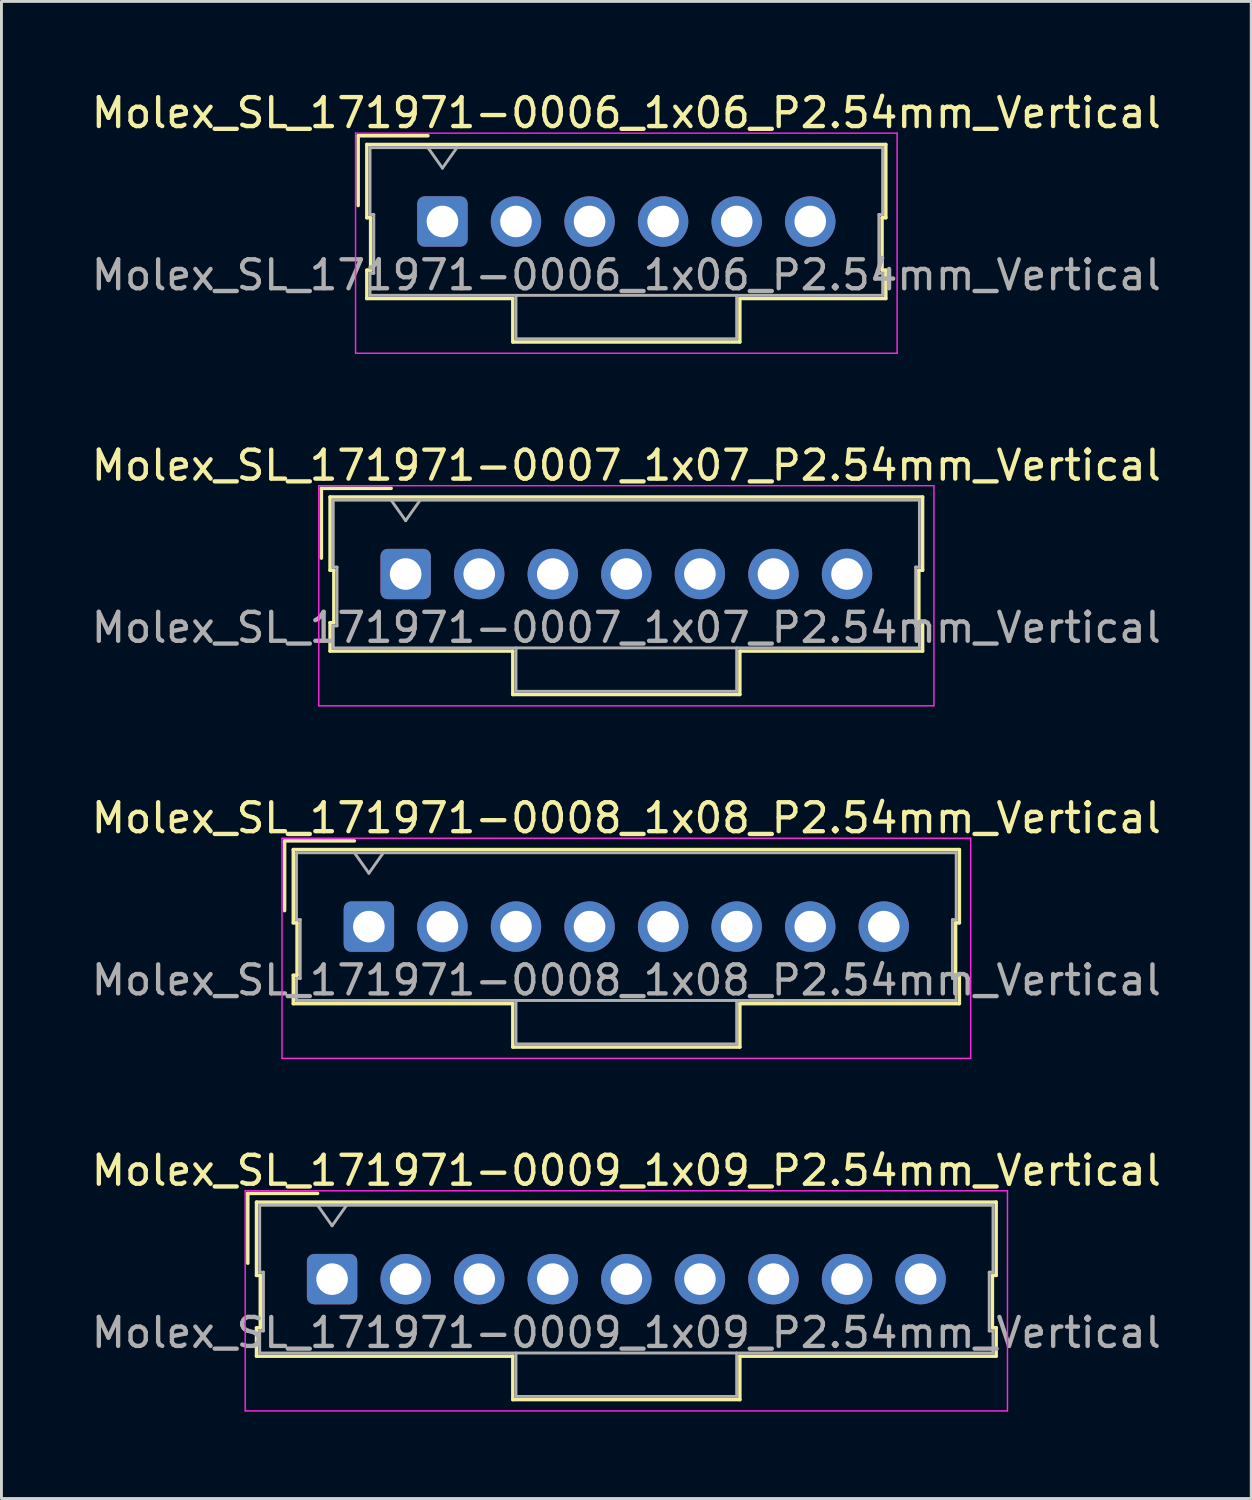
<source format=kicad_pcb>
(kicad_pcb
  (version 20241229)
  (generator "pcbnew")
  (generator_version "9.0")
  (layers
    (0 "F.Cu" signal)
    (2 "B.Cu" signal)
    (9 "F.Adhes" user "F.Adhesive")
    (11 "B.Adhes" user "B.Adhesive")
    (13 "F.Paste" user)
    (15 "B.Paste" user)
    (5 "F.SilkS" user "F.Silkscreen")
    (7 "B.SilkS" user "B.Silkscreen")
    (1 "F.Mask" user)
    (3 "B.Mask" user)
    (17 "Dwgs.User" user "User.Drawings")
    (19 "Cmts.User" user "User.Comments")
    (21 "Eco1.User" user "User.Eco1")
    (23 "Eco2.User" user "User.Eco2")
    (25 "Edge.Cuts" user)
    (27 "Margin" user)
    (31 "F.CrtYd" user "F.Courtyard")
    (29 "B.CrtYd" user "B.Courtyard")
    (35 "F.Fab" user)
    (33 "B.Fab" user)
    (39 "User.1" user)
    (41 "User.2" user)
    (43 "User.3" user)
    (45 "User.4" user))
  (footprint "Molex_SL_171971-0007_1x07_P2.54mm_Vertical"
    (layer "F.Cu")
    (at 10.957 16.771)
    (property "Reference" "Molex_SL_171971-0007_1x07_P2.54mm_Vertical" (at 7.62 -3.75 0) (layer "F.SilkS") (effects (font (size 1 1) (thickness 0.15))))
    (attr through_hole)
    (fp_line (start -2.91 -2.96) (end -0.5 -2.96) (stroke (width 0.12) (type solid)) (layer "F.SilkS"))
    (fp_line (start -2.91 -0.55) (end -2.91 -2.96) (stroke (width 0.12) (type solid)) (layer "F.SilkS"))
    (fp_line (start -2.61 -2.66) (end -2.61 -0.13) (stroke (width 0.12) (type solid)) (layer "F.SilkS"))
    (fp_line (start -2.61 -0.13) (end -2.48 -0.13) (stroke (width 0.12) (type solid)) (layer "F.SilkS"))
    (fp_line (start -2.61 1.68) (end -2.61 2.66) (stroke (width 0.12) (type solid)) (layer "F.SilkS"))
    (fp_line (start -2.61 2.66) (end 3.7 2.66) (stroke (width 0.12) (type solid)) (layer "F.SilkS"))
    (fp_line (start -2.48 -0.13) (end -2.48 1.68) (stroke (width 0.12) (type solid)) (layer "F.SilkS"))
    (fp_line (start -2.48 1.68) (end -2.61 1.68) (stroke (width 0.12) (type solid)) (layer "F.SilkS"))
    (fp_line (start 3.7 2.66) (end 3.7 4.16) (stroke (width 0.12) (type solid)) (layer "F.SilkS"))
    (fp_line (start 3.7 4.16) (end 11.54 4.16) (stroke (width 0.12) (type solid)) (layer "F.SilkS"))
    (fp_line (start 11.54 2.66) (end 17.85 2.66) (stroke (width 0.12) (type solid)) (layer "F.SilkS"))
    (fp_line (start 11.54 4.16) (end 11.54 2.66) (stroke (width 0.12) (type solid)) (layer "F.SilkS"))
    (fp_line (start 17.72 -0.13) (end 17.85 -0.13) (stroke (width 0.12) (type solid)) (layer "F.SilkS"))
    (fp_line (start 17.72 1.68) (end 17.72 -0.13) (stroke (width 0.12) (type solid)) (layer "F.SilkS"))
    (fp_line (start 17.85 -2.66) (end -2.61 -2.66) (stroke (width 0.12) (type solid)) (layer "F.SilkS"))
    (fp_line (start 17.85 -0.13) (end 17.85 -2.66) (stroke (width 0.12) (type solid)) (layer "F.SilkS"))
    (fp_line (start 17.85 1.68) (end 17.72 1.68) (stroke (width 0.12) (type solid)) (layer "F.SilkS"))
    (fp_line (start 17.85 2.66) (end 17.85 1.68) (stroke (width 0.12) (type solid)) (layer "F.SilkS"))
    (fp_line (start -3 -3.05) (end -3 4.55) (stroke (width 0.05) (type solid)) (layer "F.CrtYd"))
    (fp_line (start -3 4.55) (end 18.24 4.55) (stroke (width 0.05) (type solid)) (layer "F.CrtYd"))
    (fp_line (start 18.24 -3.05) (end -3 -3.05) (stroke (width 0.05) (type solid)) (layer "F.CrtYd"))
    (fp_line (start 18.24 4.55) (end 18.24 -3.05) (stroke (width 0.05) (type solid)) (layer "F.CrtYd"))
    (fp_line (start -2.5 -2.55) (end -2.5 -0.24) (stroke (width 0.1) (type solid)) (layer "F.Fab"))
    (fp_line (start -2.5 -0.24) (end -2.37 -0.24) (stroke (width 0.1) (type solid)) (layer "F.Fab"))
    (fp_line (start -2.5 1.79) (end -2.5 2.55) (stroke (width 0.1) (type solid)) (layer "F.Fab"))
    (fp_line (start -2.5 2.55) (end 17.74 2.55) (stroke (width 0.1) (type solid)) (layer "F.Fab"))
    (fp_line (start -2.37 -0.24) (end -2.37 1.79) (stroke (width 0.1) (type solid)) (layer "F.Fab"))
    (fp_line (start -2.37 1.79) (end -2.5 1.79) (stroke (width 0.1) (type solid)) (layer "F.Fab"))
    (fp_line (start 0 -1.843) (end -0.5 -2.55) (stroke (width 0.1) (type solid)) (layer "F.Fab"))
    (fp_line (start 0.5 -2.55) (end 0 -1.843) (stroke (width 0.1) (type solid)) (layer "F.Fab"))
    (fp_line (start 3.81 2.55) (end 3.81 4.05) (stroke (width 0.1) (type solid)) (layer "F.Fab"))
    (fp_line (start 3.81 4.05) (end 11.43 4.05) (stroke (width 0.1) (type solid)) (layer "F.Fab"))
    (fp_line (start 11.43 4.05) (end 11.43 2.55) (stroke (width 0.1) (type solid)) (layer "F.Fab"))
    (fp_line (start 17.61 -0.24) (end 17.74 -0.24) (stroke (width 0.1) (type solid)) (layer "F.Fab"))
    (fp_line (start 17.61 1.79) (end 17.61 -0.24) (stroke (width 0.1) (type solid)) (layer "F.Fab"))
    (fp_line (start 17.74 -2.55) (end -2.5 -2.55) (stroke (width 0.1) (type solid)) (layer "F.Fab"))
    (fp_line (start 17.74 -0.24) (end 17.74 -2.55) (stroke (width 0.1) (type solid)) (layer "F.Fab"))
    (fp_line (start 17.74 1.79) (end 17.61 1.79) (stroke (width 0.1) (type solid)) (layer "F.Fab"))
    (fp_line (start 17.74 2.55) (end 17.74 1.79) (stroke (width 0.1) (type solid)) (layer "F.Fab"))
    (fp_text user "${REFERENCE}" (at 7.62 1.85 0) (layer "F.Fab") (effects (font (size 1 1) (thickness 0.15))))
    (pad "1" thru_hole roundrect (at 0 0) (size 1.74 1.74) (drill 1.09) (layers "*.Cu" "*.Mask") (roundrect_rratio 0.144))
    (pad "2" thru_hole circle (at 2.54 0) (size 1.74 1.74) (drill 1.09) (layers "*.Cu" "*.Mask"))
    (pad "3" thru_hole circle (at 5.08 0) (size 1.74 1.74) (drill 1.09) (layers "*.Cu" "*.Mask"))
    (pad "4" thru_hole circle (at 7.62 0) (size 1.74 1.74) (drill 1.09) (layers "*.Cu" "*.Mask"))
    (pad "5" thru_hole circle (at 10.16 0) (size 1.74 1.74) (drill 1.09) (layers "*.Cu" "*.Mask"))
    (pad "6" thru_hole circle (at 12.7 0) (size 1.74 1.74) (drill 1.09) (layers "*.Cu" "*.Mask"))
    (pad "7" thru_hole circle (at 15.24 0) (size 1.74 1.74) (drill 1.09) (layers "*.Cu" "*.Mask")))
  (footprint "Molex_SL_171971-0006_1x06_P2.54mm_Vertical"
    (layer "F.Cu")
    (at 12.227 4.598)
    (property "Reference" "Molex_SL_171971-0006_1x06_P2.54mm_Vertical" (at 6.35 -3.75 0) (layer "F.SilkS") (effects (font (size 1 1) (thickness 0.15))))
    (attr through_hole)
    (fp_line (start -2.91 -2.96) (end -0.5 -2.96) (stroke (width 0.12) (type solid)) (layer "F.SilkS"))
    (fp_line (start -2.91 -0.55) (end -2.91 -2.96) (stroke (width 0.12) (type solid)) (layer "F.SilkS"))
    (fp_line (start -2.61 -2.66) (end -2.61 -0.13) (stroke (width 0.12) (type solid)) (layer "F.SilkS"))
    (fp_line (start -2.61 -0.13) (end -2.48 -0.13) (stroke (width 0.12) (type solid)) (layer "F.SilkS"))
    (fp_line (start -2.61 1.68) (end -2.61 2.66) (stroke (width 0.12) (type solid)) (layer "F.SilkS"))
    (fp_line (start -2.61 2.66) (end 2.43 2.66) (stroke (width 0.12) (type solid)) (layer "F.SilkS"))
    (fp_line (start -2.48 -0.13) (end -2.48 1.68) (stroke (width 0.12) (type solid)) (layer "F.SilkS"))
    (fp_line (start -2.48 1.68) (end -2.61 1.68) (stroke (width 0.12) (type solid)) (layer "F.SilkS"))
    (fp_line (start 2.43 2.66) (end 2.43 4.16) (stroke (width 0.12) (type solid)) (layer "F.SilkS"))
    (fp_line (start 2.43 4.16) (end 10.27 4.16) (stroke (width 0.12) (type solid)) (layer "F.SilkS"))
    (fp_line (start 10.27 2.66) (end 15.31 2.66) (stroke (width 0.12) (type solid)) (layer "F.SilkS"))
    (fp_line (start 10.27 4.16) (end 10.27 2.66) (stroke (width 0.12) (type solid)) (layer "F.SilkS"))
    (fp_line (start 15.18 -0.13) (end 15.31 -0.13) (stroke (width 0.12) (type solid)) (layer "F.SilkS"))
    (fp_line (start 15.18 1.68) (end 15.18 -0.13) (stroke (width 0.12) (type solid)) (layer "F.SilkS"))
    (fp_line (start 15.31 -2.66) (end -2.61 -2.66) (stroke (width 0.12) (type solid)) (layer "F.SilkS"))
    (fp_line (start 15.31 -0.13) (end 15.31 -2.66) (stroke (width 0.12) (type solid)) (layer "F.SilkS"))
    (fp_line (start 15.31 1.68) (end 15.18 1.68) (stroke (width 0.12) (type solid)) (layer "F.SilkS"))
    (fp_line (start 15.31 2.66) (end 15.31 1.68) (stroke (width 0.12) (type solid)) (layer "F.SilkS"))
    (fp_line (start -3 -3.05) (end -3 4.55) (stroke (width 0.05) (type solid)) (layer "F.CrtYd"))
    (fp_line (start -3 4.55) (end 15.7 4.55) (stroke (width 0.05) (type solid)) (layer "F.CrtYd"))
    (fp_line (start 15.7 -3.05) (end -3 -3.05) (stroke (width 0.05) (type solid)) (layer "F.CrtYd"))
    (fp_line (start 15.7 4.55) (end 15.7 -3.05) (stroke (width 0.05) (type solid)) (layer "F.CrtYd"))
    (fp_line (start -2.5 -2.55) (end -2.5 -0.24) (stroke (width 0.1) (type solid)) (layer "F.Fab"))
    (fp_line (start -2.5 -0.24) (end -2.37 -0.24) (stroke (width 0.1) (type solid)) (layer "F.Fab"))
    (fp_line (start -2.5 1.79) (end -2.5 2.55) (stroke (width 0.1) (type solid)) (layer "F.Fab"))
    (fp_line (start -2.5 2.55) (end 15.2 2.55) (stroke (width 0.1) (type solid)) (layer "F.Fab"))
    (fp_line (start -2.37 -0.24) (end -2.37 1.79) (stroke (width 0.1) (type solid)) (layer "F.Fab"))
    (fp_line (start -2.37 1.79) (end -2.5 1.79) (stroke (width 0.1) (type solid)) (layer "F.Fab"))
    (fp_line (start 0 -1.843) (end -0.5 -2.55) (stroke (width 0.1) (type solid)) (layer "F.Fab"))
    (fp_line (start 0.5 -2.55) (end 0 -1.843) (stroke (width 0.1) (type solid)) (layer "F.Fab"))
    (fp_line (start 2.54 2.55) (end 2.54 4.05) (stroke (width 0.1) (type solid)) (layer "F.Fab"))
    (fp_line (start 2.54 4.05) (end 10.16 4.05) (stroke (width 0.1) (type solid)) (layer "F.Fab"))
    (fp_line (start 10.16 4.05) (end 10.16 2.55) (stroke (width 0.1) (type solid)) (layer "F.Fab"))
    (fp_line (start 15.07 -0.24) (end 15.2 -0.24) (stroke (width 0.1) (type solid)) (layer "F.Fab"))
    (fp_line (start 15.07 1.79) (end 15.07 -0.24) (stroke (width 0.1) (type solid)) (layer "F.Fab"))
    (fp_line (start 15.2 -2.55) (end -2.5 -2.55) (stroke (width 0.1) (type solid)) (layer "F.Fab"))
    (fp_line (start 15.2 -0.24) (end 15.2 -2.55) (stroke (width 0.1) (type solid)) (layer "F.Fab"))
    (fp_line (start 15.2 1.79) (end 15.07 1.79) (stroke (width 0.1) (type solid)) (layer "F.Fab"))
    (fp_line (start 15.2 2.55) (end 15.2 1.79) (stroke (width 0.1) (type solid)) (layer "F.Fab"))
    (fp_text user "${REFERENCE}" (at 6.35 1.85 0) (layer "F.Fab") (effects (font (size 1 1) (thickness 0.15))))
    (pad "1" thru_hole roundrect (at 0 0) (size 1.74 1.74) (drill 1.09) (layers "*.Cu" "*.Mask") (roundrect_rratio 0.144))
    (pad "2" thru_hole circle (at 2.54 0) (size 1.74 1.74) (drill 1.09) (layers "*.Cu" "*.Mask"))
    (pad "3" thru_hole circle (at 5.08 0) (size 1.74 1.74) (drill 1.09) (layers "*.Cu" "*.Mask"))
    (pad "4" thru_hole circle (at 7.62 0) (size 1.74 1.74) (drill 1.09) (layers "*.Cu" "*.Mask"))
    (pad "5" thru_hole circle (at 10.16 0) (size 1.74 1.74) (drill 1.09) (layers "*.Cu" "*.Mask"))
    (pad "6" thru_hole circle (at 12.7 0) (size 1.74 1.74) (drill 1.09) (layers "*.Cu" "*.Mask")))
  (footprint "Molex_SL_171971-0008_1x08_P2.54mm_Vertical"
    (layer "F.Cu")
    (at 9.687 28.945)
    (property "Reference" "Molex_SL_171971-0008_1x08_P2.54mm_Vertical" (at 8.89 -3.75 0) (layer "F.SilkS") (effects (font (size 1 1) (thickness 0.15))))
    (attr through_hole)
    (fp_line (start -2.91 -2.96) (end -0.5 -2.96) (stroke (width 0.12) (type solid)) (layer "F.SilkS"))
    (fp_line (start -2.91 -0.55) (end -2.91 -2.96) (stroke (width 0.12) (type solid)) (layer "F.SilkS"))
    (fp_line (start -2.61 -2.66) (end -2.61 -0.13) (stroke (width 0.12) (type solid)) (layer "F.SilkS"))
    (fp_line (start -2.61 -0.13) (end -2.48 -0.13) (stroke (width 0.12) (type solid)) (layer "F.SilkS"))
    (fp_line (start -2.61 1.68) (end -2.61 2.66) (stroke (width 0.12) (type solid)) (layer "F.SilkS"))
    (fp_line (start -2.61 2.66) (end 4.97 2.66) (stroke (width 0.12) (type solid)) (layer "F.SilkS"))
    (fp_line (start -2.48 -0.13) (end -2.48 1.68) (stroke (width 0.12) (type solid)) (layer "F.SilkS"))
    (fp_line (start -2.48 1.68) (end -2.61 1.68) (stroke (width 0.12) (type solid)) (layer "F.SilkS"))
    (fp_line (start 4.97 2.66) (end 4.97 4.16) (stroke (width 0.12) (type solid)) (layer "F.SilkS"))
    (fp_line (start 4.97 4.16) (end 12.81 4.16) (stroke (width 0.12) (type solid)) (layer "F.SilkS"))
    (fp_line (start 12.81 2.66) (end 20.39 2.66) (stroke (width 0.12) (type solid)) (layer "F.SilkS"))
    (fp_line (start 12.81 4.16) (end 12.81 2.66) (stroke (width 0.12) (type solid)) (layer "F.SilkS"))
    (fp_line (start 20.26 -0.13) (end 20.39 -0.13) (stroke (width 0.12) (type solid)) (layer "F.SilkS"))
    (fp_line (start 20.26 1.68) (end 20.26 -0.13) (stroke (width 0.12) (type solid)) (layer "F.SilkS"))
    (fp_line (start 20.39 -2.66) (end -2.61 -2.66) (stroke (width 0.12) (type solid)) (layer "F.SilkS"))
    (fp_line (start 20.39 -0.13) (end 20.39 -2.66) (stroke (width 0.12) (type solid)) (layer "F.SilkS"))
    (fp_line (start 20.39 1.68) (end 20.26 1.68) (stroke (width 0.12) (type solid)) (layer "F.SilkS"))
    (fp_line (start 20.39 2.66) (end 20.39 1.68) (stroke (width 0.12) (type solid)) (layer "F.SilkS"))
    (fp_line (start -3 -3.05) (end -3 4.55) (stroke (width 0.05) (type solid)) (layer "F.CrtYd"))
    (fp_line (start -3 4.55) (end 20.78 4.55) (stroke (width 0.05) (type solid)) (layer "F.CrtYd"))
    (fp_line (start 20.78 -3.05) (end -3 -3.05) (stroke (width 0.05) (type solid)) (layer "F.CrtYd"))
    (fp_line (start 20.78 4.55) (end 20.78 -3.05) (stroke (width 0.05) (type solid)) (layer "F.CrtYd"))
    (fp_line (start -2.5 -2.55) (end -2.5 -0.24) (stroke (width 0.1) (type solid)) (layer "F.Fab"))
    (fp_line (start -2.5 -0.24) (end -2.37 -0.24) (stroke (width 0.1) (type solid)) (layer "F.Fab"))
    (fp_line (start -2.5 1.79) (end -2.5 2.55) (stroke (width 0.1) (type solid)) (layer "F.Fab"))
    (fp_line (start -2.5 2.55) (end 20.28 2.55) (stroke (width 0.1) (type solid)) (layer "F.Fab"))
    (fp_line (start -2.37 -0.24) (end -2.37 1.79) (stroke (width 0.1) (type solid)) (layer "F.Fab"))
    (fp_line (start -2.37 1.79) (end -2.5 1.79) (stroke (width 0.1) (type solid)) (layer "F.Fab"))
    (fp_line (start 0 -1.843) (end -0.5 -2.55) (stroke (width 0.1) (type solid)) (layer "F.Fab"))
    (fp_line (start 0.5 -2.55) (end 0 -1.843) (stroke (width 0.1) (type solid)) (layer "F.Fab"))
    (fp_line (start 5.08 2.55) (end 5.08 4.05) (stroke (width 0.1) (type solid)) (layer "F.Fab"))
    (fp_line (start 5.08 4.05) (end 12.7 4.05) (stroke (width 0.1) (type solid)) (layer "F.Fab"))
    (fp_line (start 12.7 4.05) (end 12.7 2.55) (stroke (width 0.1) (type solid)) (layer "F.Fab"))
    (fp_line (start 20.15 -0.24) (end 20.28 -0.24) (stroke (width 0.1) (type solid)) (layer "F.Fab"))
    (fp_line (start 20.15 1.79) (end 20.15 -0.24) (stroke (width 0.1) (type solid)) (layer "F.Fab"))
    (fp_line (start 20.28 -2.55) (end -2.5 -2.55) (stroke (width 0.1) (type solid)) (layer "F.Fab"))
    (fp_line (start 20.28 -0.24) (end 20.28 -2.55) (stroke (width 0.1) (type solid)) (layer "F.Fab"))
    (fp_line (start 20.28 1.79) (end 20.15 1.79) (stroke (width 0.1) (type solid)) (layer "F.Fab"))
    (fp_line (start 20.28 2.55) (end 20.28 1.79) (stroke (width 0.1) (type solid)) (layer "F.Fab"))
    (fp_text user "${REFERENCE}" (at 8.89 1.85 0) (layer "F.Fab") (effects (font (size 1 1) (thickness 0.15))))
    (pad "1" thru_hole roundrect (at 0 0) (size 1.74 1.74) (drill 1.09) (layers "*.Cu" "*.Mask") (roundrect_rratio 0.144))
    (pad "2" thru_hole circle (at 2.54 0) (size 1.74 1.74) (drill 1.09) (layers "*.Cu" "*.Mask"))
    (pad "3" thru_hole circle (at 5.08 0) (size 1.74 1.74) (drill 1.09) (layers "*.Cu" "*.Mask"))
    (pad "4" thru_hole circle (at 7.62 0) (size 1.74 1.74) (drill 1.09) (layers "*.Cu" "*.Mask"))
    (pad "5" thru_hole circle (at 10.16 0) (size 1.74 1.74) (drill 1.09) (layers "*.Cu" "*.Mask"))
    (pad "6" thru_hole circle (at 12.7 0) (size 1.74 1.74) (drill 1.09) (layers "*.Cu" "*.Mask"))
    (pad "7" thru_hole circle (at 15.24 0) (size 1.74 1.74) (drill 1.09) (layers "*.Cu" "*.Mask"))
    (pad "8" thru_hole circle (at 17.78 0) (size 1.74 1.74) (drill 1.09) (layers "*.Cu" "*.Mask")))
  (footprint "Molex_SL_171971-0009_1x09_P2.54mm_Vertical"
    (layer "F.Cu")
    (at 8.417 41.118)
    (property "Reference" "Molex_SL_171971-0009_1x09_P2.54mm_Vertical" (at 10.16 -3.75 0) (layer "F.SilkS") (effects (font (size 1 1) (thickness 0.15))))
    (attr through_hole)
    (fp_line (start -2.91 -2.96) (end -0.5 -2.96) (stroke (width 0.12) (type solid)) (layer "F.SilkS"))
    (fp_line (start -2.91 -0.55) (end -2.91 -2.96) (stroke (width 0.12) (type solid)) (layer "F.SilkS"))
    (fp_line (start -2.61 -2.66) (end -2.61 -0.13) (stroke (width 0.12) (type solid)) (layer "F.SilkS"))
    (fp_line (start -2.61 -0.13) (end -2.48 -0.13) (stroke (width 0.12) (type solid)) (layer "F.SilkS"))
    (fp_line (start -2.61 1.68) (end -2.61 2.66) (stroke (width 0.12) (type solid)) (layer "F.SilkS"))
    (fp_line (start -2.61 2.66) (end 6.24 2.66) (stroke (width 0.12) (type solid)) (layer "F.SilkS"))
    (fp_line (start -2.48 -0.13) (end -2.48 1.68) (stroke (width 0.12) (type solid)) (layer "F.SilkS"))
    (fp_line (start -2.48 1.68) (end -2.61 1.68) (stroke (width 0.12) (type solid)) (layer "F.SilkS"))
    (fp_line (start 6.24 2.66) (end 6.24 4.16) (stroke (width 0.12) (type solid)) (layer "F.SilkS"))
    (fp_line (start 6.24 4.16) (end 14.08 4.16) (stroke (width 0.12) (type solid)) (layer "F.SilkS"))
    (fp_line (start 14.08 2.66) (end 22.93 2.66) (stroke (width 0.12) (type solid)) (layer "F.SilkS"))
    (fp_line (start 14.08 4.16) (end 14.08 2.66) (stroke (width 0.12) (type solid)) (layer "F.SilkS"))
    (fp_line (start 22.8 -0.13) (end 22.93 -0.13) (stroke (width 0.12) (type solid)) (layer "F.SilkS"))
    (fp_line (start 22.8 1.68) (end 22.8 -0.13) (stroke (width 0.12) (type solid)) (layer "F.SilkS"))
    (fp_line (start 22.93 -2.66) (end -2.61 -2.66) (stroke (width 0.12) (type solid)) (layer "F.SilkS"))
    (fp_line (start 22.93 -0.13) (end 22.93 -2.66) (stroke (width 0.12) (type solid)) (layer "F.SilkS"))
    (fp_line (start 22.93 1.68) (end 22.8 1.68) (stroke (width 0.12) (type solid)) (layer "F.SilkS"))
    (fp_line (start 22.93 2.66) (end 22.93 1.68) (stroke (width 0.12) (type solid)) (layer "F.SilkS"))
    (fp_line (start -3 -3.05) (end -3 4.55) (stroke (width 0.05) (type solid)) (layer "F.CrtYd"))
    (fp_line (start -3 4.55) (end 23.32 4.55) (stroke (width 0.05) (type solid)) (layer "F.CrtYd"))
    (fp_line (start 23.32 -3.05) (end -3 -3.05) (stroke (width 0.05) (type solid)) (layer "F.CrtYd"))
    (fp_line (start 23.32 4.55) (end 23.32 -3.05) (stroke (width 0.05) (type solid)) (layer "F.CrtYd"))
    (fp_line (start -2.5 -2.55) (end -2.5 -0.24) (stroke (width 0.1) (type solid)) (layer "F.Fab"))
    (fp_line (start -2.5 -0.24) (end -2.37 -0.24) (stroke (width 0.1) (type solid)) (layer "F.Fab"))
    (fp_line (start -2.5 1.79) (end -2.5 2.55) (stroke (width 0.1) (type solid)) (layer "F.Fab"))
    (fp_line (start -2.5 2.55) (end 22.82 2.55) (stroke (width 0.1) (type solid)) (layer "F.Fab"))
    (fp_line (start -2.37 -0.24) (end -2.37 1.79) (stroke (width 0.1) (type solid)) (layer "F.Fab"))
    (fp_line (start -2.37 1.79) (end -2.5 1.79) (stroke (width 0.1) (type solid)) (layer "F.Fab"))
    (fp_line (start 0 -1.843) (end -0.5 -2.55) (stroke (width 0.1) (type solid)) (layer "F.Fab"))
    (fp_line (start 0.5 -2.55) (end 0 -1.843) (stroke (width 0.1) (type solid)) (layer "F.Fab"))
    (fp_line (start 6.35 2.55) (end 6.35 4.05) (stroke (width 0.1) (type solid)) (layer "F.Fab"))
    (fp_line (start 6.35 4.05) (end 13.97 4.05) (stroke (width 0.1) (type solid)) (layer "F.Fab"))
    (fp_line (start 13.97 4.05) (end 13.97 2.55) (stroke (width 0.1) (type solid)) (layer "F.Fab"))
    (fp_line (start 22.69 -0.24) (end 22.82 -0.24) (stroke (width 0.1) (type solid)) (layer "F.Fab"))
    (fp_line (start 22.69 1.79) (end 22.69 -0.24) (stroke (width 0.1) (type solid)) (layer "F.Fab"))
    (fp_line (start 22.82 -2.55) (end -2.5 -2.55) (stroke (width 0.1) (type solid)) (layer "F.Fab"))
    (fp_line (start 22.82 -0.24) (end 22.82 -2.55) (stroke (width 0.1) (type solid)) (layer "F.Fab"))
    (fp_line (start 22.82 1.79) (end 22.69 1.79) (stroke (width 0.1) (type solid)) (layer "F.Fab"))
    (fp_line (start 22.82 2.55) (end 22.82 1.79) (stroke (width 0.1) (type solid)) (layer "F.Fab"))
    (fp_text user "${REFERENCE}" (at 10.16 1.85 0) (layer "F.Fab") (effects (font (size 1 1) (thickness 0.15))))
    (pad "1" thru_hole roundrect (at 0 0) (size 1.74 1.74) (drill 1.09) (layers "*.Cu" "*.Mask") (roundrect_rratio 0.144))
    (pad "2" thru_hole circle (at 2.54 0) (size 1.74 1.74) (drill 1.09) (layers "*.Cu" "*.Mask"))
    (pad "3" thru_hole circle (at 5.08 0) (size 1.74 1.74) (drill 1.09) (layers "*.Cu" "*.Mask"))
    (pad "4" thru_hole circle (at 7.62 0) (size 1.74 1.74) (drill 1.09) (layers "*.Cu" "*.Mask"))
    (pad "5" thru_hole circle (at 10.16 0) (size 1.74 1.74) (drill 1.09) (layers "*.Cu" "*.Mask"))
    (pad "6" thru_hole circle (at 12.7 0) (size 1.74 1.74) (drill 1.09) (layers "*.Cu" "*.Mask"))
    (pad "7" thru_hole circle (at 15.24 0) (size 1.74 1.74) (drill 1.09) (layers "*.Cu" "*.Mask"))
    (pad "8" thru_hole circle (at 17.78 0) (size 1.74 1.74) (drill 1.09) (layers "*.Cu" "*.Mask"))
    (pad "9" thru_hole circle (at 20.32 0) (size 1.74 1.74) (drill 1.09) (layers "*.Cu" "*.Mask")))
  (gr_rect
    (start -3 -3)
    (end 40.155 48.693)
    (stroke (width 0.1) (type default))
    (fill no)
    (layer "Edge.Cuts")))
</source>
